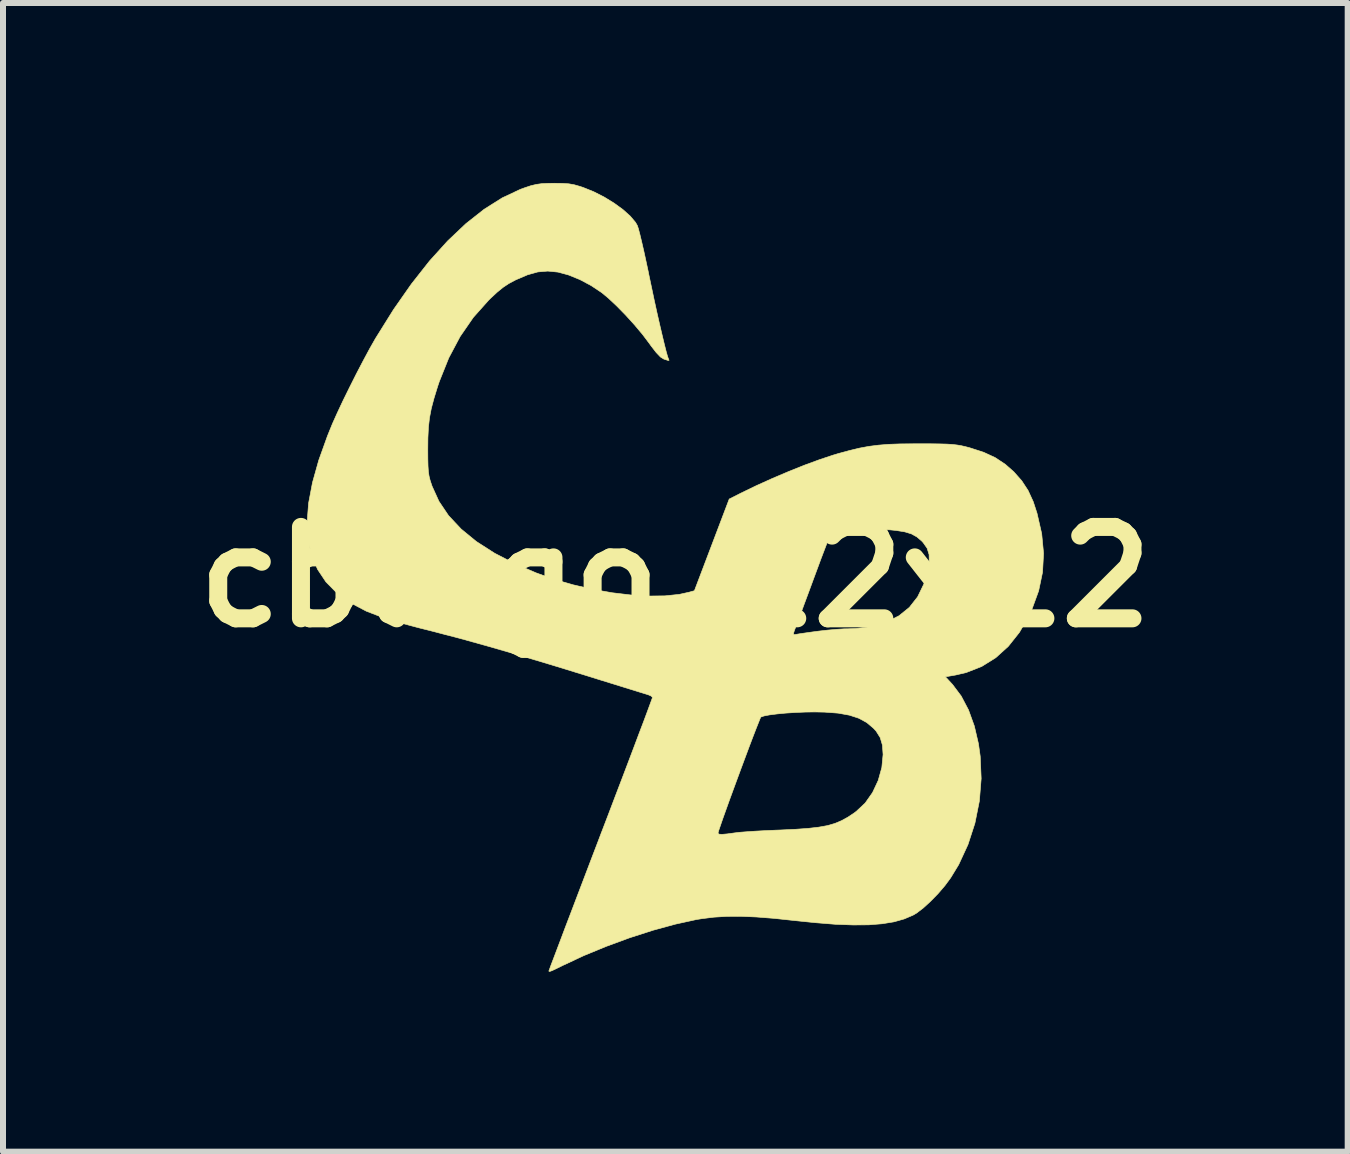
<source format=kicad_pcb>
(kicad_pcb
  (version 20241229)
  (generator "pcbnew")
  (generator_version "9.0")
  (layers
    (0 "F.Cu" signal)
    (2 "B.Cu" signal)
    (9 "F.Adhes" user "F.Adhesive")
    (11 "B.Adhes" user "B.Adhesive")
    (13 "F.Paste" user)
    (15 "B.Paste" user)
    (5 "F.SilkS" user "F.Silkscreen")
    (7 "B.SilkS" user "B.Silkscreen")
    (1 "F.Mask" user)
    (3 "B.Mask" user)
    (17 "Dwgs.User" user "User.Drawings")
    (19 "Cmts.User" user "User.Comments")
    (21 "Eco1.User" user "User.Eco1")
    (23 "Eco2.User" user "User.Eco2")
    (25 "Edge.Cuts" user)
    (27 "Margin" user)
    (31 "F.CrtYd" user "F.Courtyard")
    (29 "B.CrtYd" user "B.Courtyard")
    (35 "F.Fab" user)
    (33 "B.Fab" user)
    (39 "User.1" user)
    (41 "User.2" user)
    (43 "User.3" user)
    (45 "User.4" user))
  (footprint "cblogo_12x12"
    (layer "F.Cu")
    (at 8.208 6.568)
    (property "Reference" "cblogo_12x12" (at 0 0 0) (layer "F.SilkS") (effects (font (size 1.524 1.524) (thickness 0.3))))
    (attr through_hole)
    (fp_poly (pts (xy -1.882 -6.561) (xy -1.776 -6.554) (xy -1.686 -6.538) (xy -1.591 -6.511) (xy -1.537 -6.493) (xy -1.361 -6.422) (xy -1.186 -6.333) (xy -1.02 -6.231) (xy -0.872 -6.123) (xy -0.751 -6.014) (xy -0.664 -5.911) (xy -0.633 -5.857) (xy -0.616 -5.805) (xy -0.591 -5.71) (xy -0.56 -5.581) (xy -0.524 -5.425) (xy -0.486 -5.25) (xy -0.446 -5.063) (xy -0.445 -5.054) (xy -0.399 -4.836) (xy -0.353 -4.618) (xy -0.307 -4.408) (xy -0.262 -4.21) (xy -0.22 -4.031) (xy -0.183 -3.877) (xy -0.152 -3.755) (xy -0.128 -3.67) (xy -0.112 -3.629) (xy -0.112 -3.629) (xy -0.105 -3.611) (xy -0.123 -3.61) (xy -0.176 -3.627) (xy -0.194 -3.633) (xy -0.248 -3.667) (xy -0.318 -3.74) (xy -0.406 -3.854) (xy -0.433 -3.892) (xy -0.546 -4.042) (xy -0.682 -4.204) (xy -0.83 -4.367) (xy -0.98 -4.52) (xy -1.121 -4.652) (xy -1.229 -4.741) (xy -1.403 -4.857) (xy -1.593 -4.958) (xy -1.783 -5.035) (xy -1.956 -5.082) (xy -1.957 -5.082) (xy -2.127 -5.099) (xy -2.292 -5.085) (xy -2.464 -5.037) (xy -2.658 -4.954) (xy -2.666 -4.95) (xy -2.777 -4.891) (xy -2.873 -4.827) (xy -2.97 -4.748) (xy -3.082 -4.644) (xy -3.114 -4.612) (xy -3.368 -4.327) (xy -3.588 -4.008) (xy -3.777 -3.652) (xy -3.935 -3.258) (xy -3.962 -3.178) (xy -4.023 -2.98) (xy -4.068 -2.811) (xy -4.098 -2.655) (xy -4.116 -2.497) (xy -4.125 -2.319) (xy -4.127 -2.121) (xy -4.126 -1.964) (xy -4.123 -1.847) (xy -4.117 -1.757) (xy -4.106 -1.683) (xy -4.089 -1.614) (xy -4.064 -1.538) (xy -4.055 -1.512) (xy -3.941 -1.261) (xy -3.781 -1.023) (xy -3.572 -0.8) (xy -3.317 -0.591) (xy -3.013 -0.396) (xy -2.66 -0.214) (xy -2.318 -0.067) (xy -2.016 0.041) (xy -1.699 0.132) (xy -1.377 0.206) (xy -1.055 0.263) (xy -0.743 0.3) (xy -0.446 0.318) (xy -0.174 0.315) (xy 0.067 0.29) (xy 0.229 0.254) (xy 0.318 0.229) (xy 0.608 -0.535) (xy 0.898 -1.299) (xy 1.096 -1.399) (xy 1.348 -1.521) (xy 1.616 -1.642) (xy 1.889 -1.758) (xy 2.156 -1.865) (xy 2.407 -1.957) (xy 2.629 -2.031) (xy 2.716 -2.057) (xy 2.904 -2.108) (xy 3.07 -2.148) (xy 3.226 -2.177) (xy 3.383 -2.197) (xy 3.552 -2.211) (xy 3.745 -2.218) (xy 3.974 -2.22) (xy 4.064 -2.22) (xy 4.257 -2.22) (xy 4.407 -2.218) (xy 4.525 -2.215) (xy 4.618 -2.209) (xy 4.696 -2.2) (xy 4.767 -2.188) (xy 4.841 -2.171) (xy 4.909 -2.153) (xy 5.138 -2.079) (xy 5.331 -1.99) (xy 5.499 -1.879) (xy 5.642 -1.753) (xy 5.774 -1.604) (xy 5.88 -1.442) (xy 5.966 -1.255) (xy 6.029 -1.062) (xy 6.107 -0.721) (xy 6.138 -0.394) (xy 6.121 -0.079) (xy 6.056 0.232) (xy 5.943 0.542) (xy 5.894 0.648) (xy 5.736 0.923) (xy 5.551 1.156) (xy 5.341 1.346) (xy 5.107 1.492) (xy 4.85 1.593) (xy 4.67 1.635) (xy 4.502 1.664) (xy 4.621 1.793) (xy 4.765 1.985) (xy 4.887 2.217) (xy 4.984 2.485) (xy 5.053 2.782) (xy 5.082 2.989) (xy 5.098 3.36) (xy 5.068 3.735) (xy 4.994 4.104) (xy 4.878 4.461) (xy 4.723 4.796) (xy 4.589 5.016) (xy 4.493 5.146) (xy 4.379 5.279) (xy 4.255 5.406) (xy 4.134 5.517) (xy 4.023 5.602) (xy 3.962 5.638) (xy 3.814 5.701) (xy 3.644 5.749) (xy 3.448 5.781) (xy 3.223 5.799) (xy 2.965 5.801) (xy 2.669 5.79) (xy 2.333 5.763) (xy 1.981 5.727) (xy 1.645 5.691) (xy 1.351 5.668) (xy 1.091 5.657) (xy 0.858 5.658) (xy 0.644 5.671) (xy 0.443 5.696) (xy 0.35 5.711) (xy 0.003 5.787) (xy -0.371 5.889) (xy -0.76 6.014) (xy -1.149 6.157) (xy -1.528 6.313) (xy -1.881 6.478) (xy -1.885 6.48) (xy -1.988 6.531) (xy -2.054 6.562) (xy -2.09 6.575) (xy -2.106 6.575) (xy -2.108 6.567) (xy -2.099 6.543) (xy -2.074 6.474) (xy -2.032 6.364) (xy -1.976 6.216) (xy -1.907 6.034) (xy -1.827 5.821) (xy -1.735 5.581) (xy -1.634 5.315) (xy -1.525 5.029) (xy -1.409 4.724) (xy -1.287 4.405) (xy -1.245 4.294) (xy -1.236 4.271) (xy 0.711 4.271) (xy 0.727 4.287) (xy 0.776 4.291) (xy 0.866 4.283) (xy 0.991 4.266) (xy 1.064 4.257) (xy 1.179 4.248) (xy 1.325 4.238) (xy 1.491 4.229) (xy 1.67 4.221) (xy 1.753 4.218) (xy 2.005 4.206) (xy 2.215 4.191) (xy 2.388 4.171) (xy 2.534 4.145) (xy 2.659 4.109) (xy 2.771 4.062) (xy 2.878 4.003) (xy 2.987 3.93) (xy 3.018 3.906) (xy 3.165 3.768) (xy 3.288 3.593) (xy 3.382 3.392) (xy 3.442 3.177) (xy 3.463 2.96) (xy 3.452 2.803) (xy 3.415 2.678) (xy 3.347 2.57) (xy 3.3 2.519) (xy 3.189 2.426) (xy 3.058 2.355) (xy 2.902 2.304) (xy 2.714 2.27) (xy 2.486 2.253) (xy 2.324 2.25) (xy 2.167 2.252) (xy 2.004 2.259) (xy 1.844 2.269) (xy 1.697 2.283) (xy 1.572 2.299) (xy 1.478 2.317) (xy 1.427 2.334) (xy 1.413 2.36) (xy 1.386 2.428) (xy 1.345 2.531) (xy 1.294 2.663) (xy 1.235 2.818) (xy 1.171 2.99) (xy 1.103 3.172) (xy 1.034 3.359) (xy 0.966 3.544) (xy 0.901 3.721) (xy 0.843 3.883) (xy 0.792 4.025) (xy 0.752 4.141) (xy 0.724 4.223) (xy 0.712 4.267) (xy 0.711 4.271) (xy -1.236 4.271) (xy -1.121 3.971) (xy -1.003 3.66) (xy -0.891 3.367) (xy -0.787 3.093) (xy -0.692 2.842) (xy -0.608 2.618) (xy -0.534 2.424) (xy -0.474 2.263) (xy -0.428 2.138) (xy -0.397 2.054) (xy -0.382 2.012) (xy -0.381 2.008) (xy -0.403 1.985) (xy -0.456 1.962) (xy -0.464 1.96) (xy -0.506 1.947) (xy -0.591 1.921) (xy -0.713 1.883) (xy -0.865 1.836) (xy -1.042 1.781) (xy -1.237 1.721) (xy -1.445 1.656) (xy -1.448 1.655) (xy -2.053 1.469) (xy -2.612 1.302) (xy -3.124 1.154) (xy -3.591 1.024) (xy -3.887 0.947) (xy 1.967 0.947) (xy 1.98 0.962) (xy 2.025 0.955) (xy 2.078 0.946) (xy 2.168 0.933) (xy 2.282 0.917) (xy 2.395 0.902) (xy 2.537 0.886) (xy 2.683 0.873) (xy 2.813 0.865) (xy 2.885 0.864) (xy 3.012 0.858) (xy 3.156 0.842) (xy 3.271 0.823) (xy 3.518 0.752) (xy 3.728 0.647) (xy 3.901 0.507) (xy 4.039 0.331) (xy 4.143 0.117) (xy 4.205 -0.089) (xy 4.232 -0.247) (xy 4.23 -0.373) (xy 4.197 -0.479) (xy 4.131 -0.573) (xy 4.106 -0.6) (xy 4.026 -0.668) (xy 3.936 -0.718) (xy 3.825 -0.752) (xy 3.683 -0.775) (xy 3.572 -0.786) (xy 3.428 -0.792) (xy 3.271 -0.79) (xy 3.11 -0.781) (xy 2.956 -0.766) (xy 2.815 -0.746) (xy 2.698 -0.722) (xy 2.613 -0.695) (xy 2.569 -0.667) (xy 2.567 -0.664) (xy 2.553 -0.63) (xy 2.524 -0.555) (xy 2.482 -0.445) (xy 2.429 -0.306) (xy 2.369 -0.144) (xy 2.303 0.034) (xy 2.278 0.102) (xy 2.21 0.286) (xy 2.146 0.458) (xy 2.09 0.611) (xy 2.043 0.738) (xy 2.007 0.833) (xy 1.986 0.889) (xy 1.983 0.897) (xy 1.967 0.947) (xy -3.887 0.947) (xy -4.012 0.914) (xy -4.102 0.891) (xy -4.274 0.848) (xy -4.447 0.802) (xy -4.608 0.758) (xy -4.744 0.719) (xy -4.843 0.689) (xy -5.152 0.57) (xy -5.418 0.43) (xy -5.642 0.268) (xy -5.825 0.082) (xy -5.965 -0.128) (xy -6.064 -0.364) (xy -6.122 -0.625) (xy -6.138 -0.913) (xy -6.114 -1.229) (xy -6.049 -1.573) (xy -5.944 -1.947) (xy -5.799 -2.351) (xy -5.717 -2.553) (xy -5.639 -2.727) (xy -5.543 -2.932) (xy -5.433 -3.156) (xy -5.318 -3.385) (xy -5.202 -3.607) (xy -5.094 -3.808) (xy -4.998 -3.977) (xy -4.991 -3.988) (xy -4.697 -4.459) (xy -4.399 -4.885) (xy -4.098 -5.267) (xy -3.796 -5.601) (xy -3.492 -5.889) (xy -3.188 -6.129) (xy -2.885 -6.32) (xy -2.583 -6.462) (xy -2.517 -6.486) (xy -2.409 -6.522) (xy -2.317 -6.544) (xy -2.225 -6.557) (xy -2.112 -6.562) (xy -2.019 -6.563) (xy -1.882 -6.561)) (stroke (width 0.01) (type solid)) (fill yes) (layer "F.SilkS")))
  (gr_rect
    (start -3 -3)
    (end 19.416 16.148)
    (stroke (width 0.1) (type default))
    (fill no)
    (layer "Edge.Cuts")))
</source>
